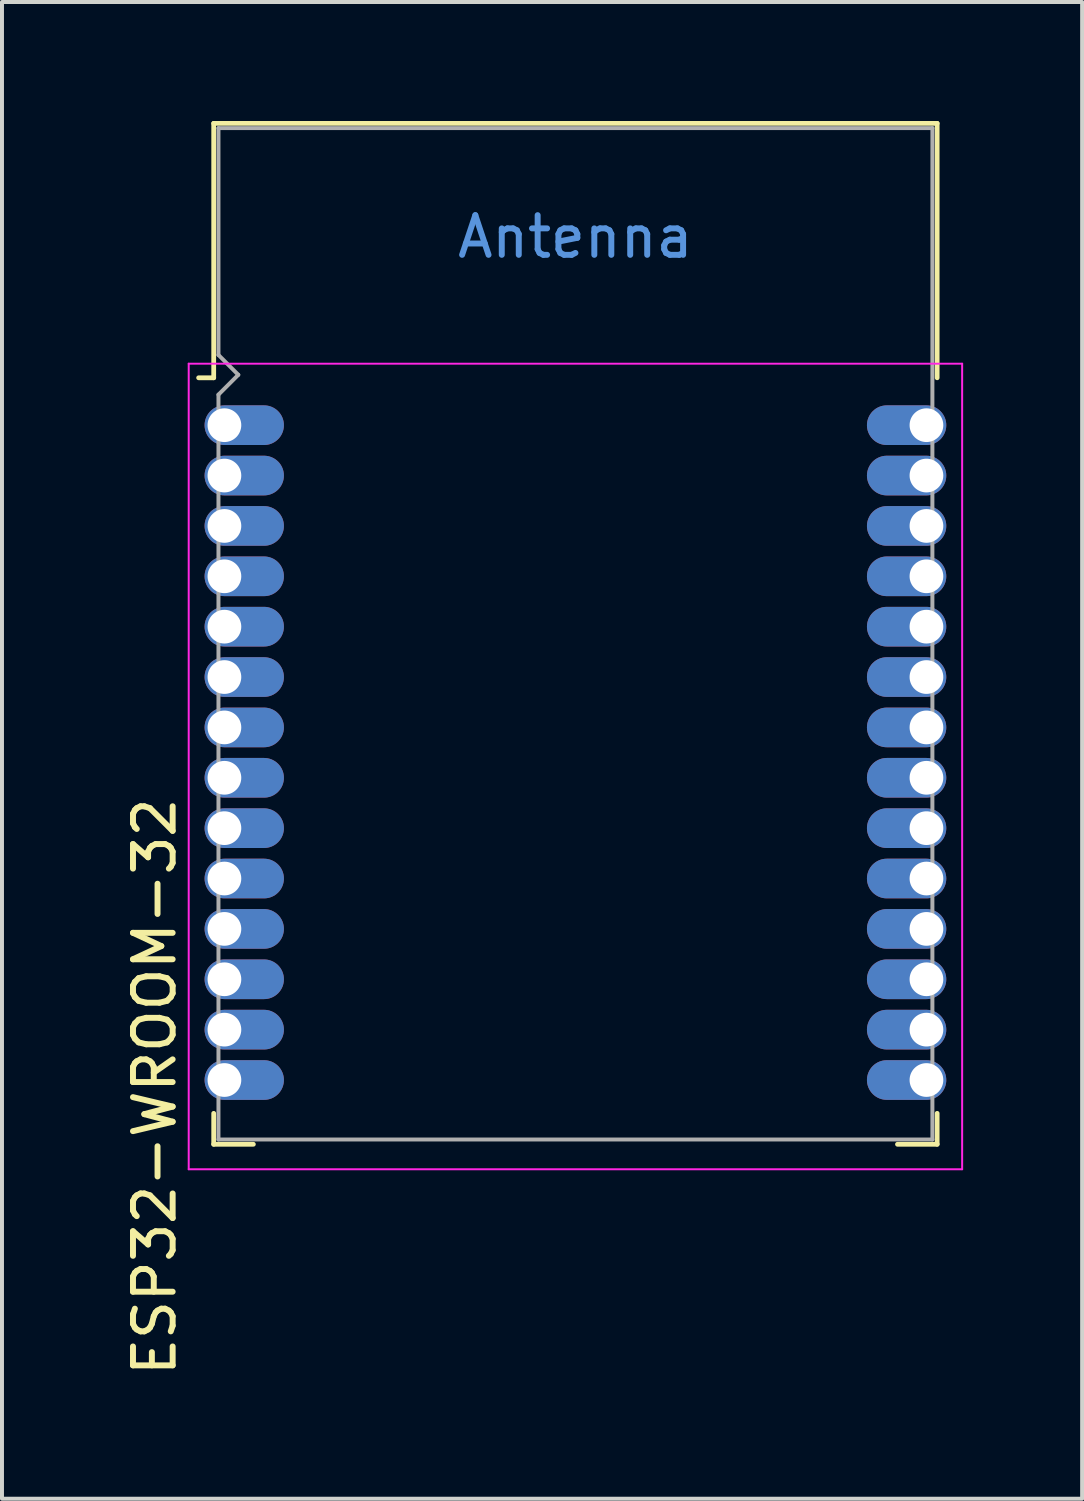
<source format=kicad_pcb>
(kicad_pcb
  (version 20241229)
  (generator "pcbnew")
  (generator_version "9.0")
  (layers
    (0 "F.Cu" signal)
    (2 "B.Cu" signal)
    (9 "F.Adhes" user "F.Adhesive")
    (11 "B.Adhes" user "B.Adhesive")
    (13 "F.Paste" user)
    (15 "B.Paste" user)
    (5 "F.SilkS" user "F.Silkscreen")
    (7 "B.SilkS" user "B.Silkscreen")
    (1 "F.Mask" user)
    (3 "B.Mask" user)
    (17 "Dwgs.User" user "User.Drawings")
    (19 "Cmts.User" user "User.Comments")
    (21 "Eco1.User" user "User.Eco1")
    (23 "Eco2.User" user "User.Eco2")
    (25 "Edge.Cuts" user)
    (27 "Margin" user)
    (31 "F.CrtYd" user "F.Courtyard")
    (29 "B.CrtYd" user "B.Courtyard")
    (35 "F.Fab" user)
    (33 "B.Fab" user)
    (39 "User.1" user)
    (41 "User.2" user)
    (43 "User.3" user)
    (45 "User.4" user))
  (footprint "ESP32-WROOM-32"
    (layer "F.Cu")
    (at 11.458 15.92)
    (property "Reference" "ESP32-WROOM-32" (at -10.61 8.43 90) (layer "F.SilkS") (effects (font (size 1 1) (thickness 0.15))))
    (attr smd)
    (fp_line (start -9.12 -15.86) (end -9.12 -9.445) (stroke (width 0.12) (type solid)) (layer "F.SilkS"))
    (fp_line (start -9.12 -15.86) (end 9.12 -15.86) (stroke (width 0.12) (type solid)) (layer "F.SilkS"))
    (fp_line (start -9.12 -9.445) (end -9.5 -9.445) (stroke (width 0.12) (type solid)) (layer "F.SilkS"))
    (fp_line (start -9.12 9.1) (end -9.12 9.88) (stroke (width 0.12) (type solid)) (layer "F.SilkS"))
    (fp_line (start -9.12 9.88) (end -8.12 9.88) (stroke (width 0.12) (type solid)) (layer "F.SilkS"))
    (fp_line (start 9.12 -15.86) (end 9.12 -9.445) (stroke (width 0.12) (type solid)) (layer "F.SilkS"))
    (fp_line (start 9.12 9.1) (end 9.12 9.88) (stroke (width 0.12) (type solid)) (layer "F.SilkS"))
    (fp_line (start 9.12 9.88) (end 8.12 9.88) (stroke (width 0.12) (type solid)) (layer "F.SilkS"))
    (fp_line (start -9.75 10.51) (end -9.75 -9.8) (stroke (width 0.05) (type solid)) (layer "F.CrtYd"))
    (fp_line (start -9.75 10.51) (end 9.75 10.51) (stroke (width 0.05) (type solid)) (layer "F.CrtYd"))
    (fp_line (start 9.75 -9.8) (end -9.75 -9.8) (stroke (width 0.05) (type solid)) (layer "F.CrtYd"))
    (fp_line (start 9.75 -9.8) (end 9.75 10.51) (stroke (width 0.05) (type solid)) (layer "F.CrtYd"))
    (fp_line (start -9 -15.74) (end -9 -10.02) (stroke (width 0.1) (type solid)) (layer "F.Fab"))
    (fp_line (start -9 -15.74) (end 9 -15.74) (stroke (width 0.1) (type solid)) (layer "F.Fab"))
    (fp_line (start -9 -9.02) (end -9 9.76) (stroke (width 0.1) (type solid)) (layer "F.Fab"))
    (fp_line (start -9 -9.02) (end -8.5 -9.52) (stroke (width 0.1) (type solid)) (layer "F.Fab"))
    (fp_line (start -9 9.76) (end 9 9.76) (stroke (width 0.1) (type solid)) (layer "F.Fab"))
    (fp_line (start -8.5 -9.52) (end -9 -10.02) (stroke (width 0.1) (type solid)) (layer "F.Fab"))
    (fp_line (start 9 9.76) (end 9 -15.74) (stroke (width 0.1) (type solid)) (layer "F.Fab"))
    (fp_text user "Antenna" (at 0 -13 0) (layer "Cmts.User") (effects (font (size 1 1) (thickness 0.15))))
    (pad "1" thru_hole oval (at -8.85 -8.25) (size 2 1) (drill 0.85 (offset 0.5 0)) (layers "*.Cu" "*.Mask"))
    (pad "2" thru_hole oval (at -8.85 -6.98) (size 2 1) (drill 0.85 (offset 0.5 0)) (layers "*.Cu" "*.Mask"))
    (pad "3" thru_hole oval (at -8.85 -5.71) (size 2 1) (drill 0.85 (offset 0.5 0)) (layers "*.Cu" "*.Mask"))
    (pad "4" thru_hole oval (at -8.85 -4.44) (size 2 1) (drill 0.85 (offset 0.5 0)) (layers "*.Cu" "*.Mask"))
    (pad "5" thru_hole oval (at -8.85 -3.17) (size 2 1) (drill 0.85 (offset 0.5 0)) (layers "*.Cu" "*.Mask"))
    (pad "6" thru_hole oval (at -8.85 -1.9) (size 2 1) (drill 0.85 (offset 0.5 0)) (layers "*.Cu" "*.Mask"))
    (pad "7" thru_hole oval (at -8.85 -0.63) (size 2 1) (drill 0.85 (offset 0.5 0)) (layers "*.Cu" "*.Mask"))
    (pad "8" thru_hole oval (at -8.85 0.64) (size 2 1) (drill 0.85 (offset 0.5 0)) (layers "*.Cu" "*.Mask"))
    (pad "9" thru_hole oval (at -8.85 1.91) (size 2 1) (drill 0.85 (offset 0.5 0)) (layers "*.Cu" "*.Mask"))
    (pad "10" thru_hole oval (at -8.85 3.18) (size 2 1) (drill 0.85 (offset 0.5 0)) (layers "*.Cu" "*.Mask"))
    (pad "11" thru_hole oval (at -8.85 4.45) (size 2 1) (drill 0.85 (offset 0.5 0)) (layers "*.Cu" "*.Mask"))
    (pad "12" thru_hole oval (at -8.85 5.72) (size 2 1) (drill 0.85 (offset 0.5 0)) (layers "*.Cu" "*.Mask"))
    (pad "13" thru_hole oval (at -8.85 6.99) (size 2 1) (drill 0.85 (offset 0.5 0)) (layers "*.Cu" "*.Mask"))
    (pad "14" thru_hole oval (at -8.85 8.26) (size 2 1) (drill 0.85 (offset 0.5 0)) (layers "*.Cu" "*.Mask"))
    (pad "25" thru_hole oval (at 8.85 8.26) (size 2 1) (drill 0.85 (offset -0.5 0)) (layers "*.Cu" "*.Mask"))
    (pad "26" thru_hole oval (at 8.85 6.99) (size 2 1) (drill 0.85 (offset -0.5 0)) (layers "*.Cu" "*.Mask"))
    (pad "27" thru_hole oval (at 8.85 5.72) (size 2 1) (drill 0.85 (offset -0.5 0)) (layers "*.Cu" "*.Mask"))
    (pad "28" thru_hole oval (at 8.85 4.45) (size 2 1) (drill 0.85 (offset -0.5 0)) (layers "*.Cu" "*.Mask"))
    (pad "29" thru_hole oval (at 8.85 3.18) (size 2 1) (drill 0.85 (offset -0.5 0)) (layers "*.Cu" "*.Mask"))
    (pad "30" thru_hole oval (at 8.85 1.91) (size 2 1) (drill 0.85 (offset -0.5 0)) (layers "*.Cu" "*.Mask"))
    (pad "31" thru_hole oval (at 8.85 0.64) (size 2 1) (drill 0.85 (offset -0.5 0)) (layers "*.Cu" "*.Mask"))
    (pad "32" thru_hole oval (at 8.85 -0.63) (size 2 1) (drill 0.85 (offset -0.5 0)) (layers "*.Cu" "*.Mask"))
    (pad "33" thru_hole oval (at 8.85 -1.9) (size 2 1) (drill 0.85 (offset -0.5 0)) (layers "*.Cu" "*.Mask"))
    (pad "34" thru_hole oval (at 8.85 -3.17) (size 2 1) (drill 0.85 (offset -0.5 0)) (layers "*.Cu" "*.Mask"))
    (pad "35" thru_hole oval (at 8.85 -4.44) (size 2 1) (drill 0.85 (offset -0.5 0)) (layers "*.Cu" "*.Mask"))
    (pad "36" thru_hole oval (at 8.85 -5.71) (size 2 1) (drill 0.85 (offset -0.5 0)) (layers "*.Cu" "*.Mask"))
    (pad "37" thru_hole oval (at 8.85 -6.98) (size 2 1) (drill 0.85 (offset -0.5 0)) (layers "*.Cu" "*.Mask"))
    (pad "38" thru_hole oval (at 8.85 -8.25) (size 2 1) (drill 0.85 (offset -0.5 0)) (layers "*.Cu" "*.Mask")))
  (gr_rect
    (start -3 -3)
    (end 24.233 34.737)
    (stroke (width 0.1) (type default))
    (fill no)
    (layer "Edge.Cuts")))
</source>
